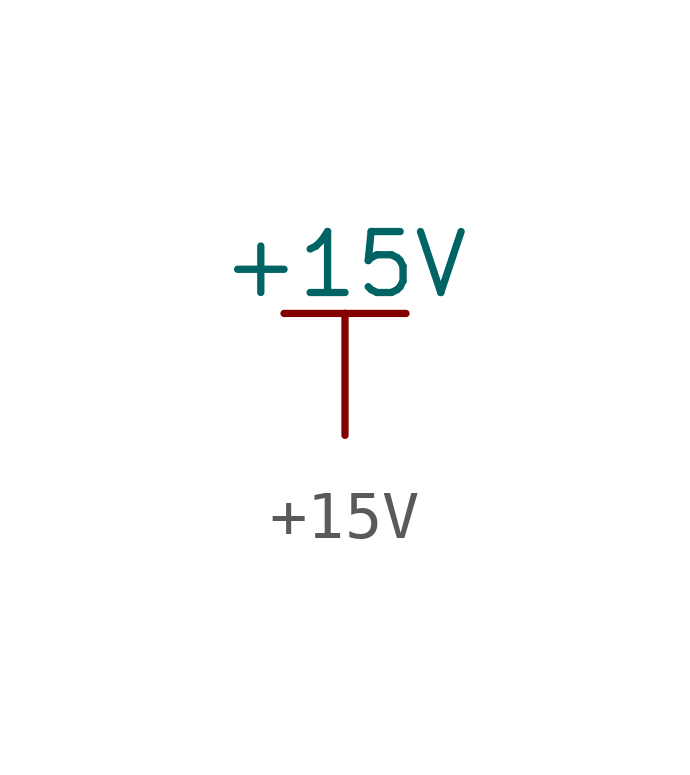
<source format=kicad_sym>
(kicad_symbol_lib
  (version 20211014)
  (generator kicad_symbol_editor)
  (symbol "+15V"
    (power)
    (pin_names
      (offset 0))
    (property "Reference" "#PWR"
      (at 0 -3.81 0)
      (effects (font (size 1.27 1.27)) hide))
    (property "Value" "+15V"
      (at 0 3.556 0)
      (effects (font (size 1.27 1.27))))
    (property "Footprint" ""
      (at 0 0 0)
      (effects (font (size 1.27 1.27))))
    (property "Datasheet" ""
      (at 0 0 0)
      (effects (font (size 1.27 1.27))))
    (symbol "+15V_0_1"
      (polyline (pts (xy -1.27 2.54) (xy 0 2.54)) (stroke (width 0) (type default) (color 0 0 0 0)) (fill (type none)))
      (polyline (pts (xy 0 0) (xy 0 2.54)) (stroke (width 0) (type default) (color 0 0 0 0)) (fill (type none)))
      (polyline (pts (xy 0 2.54) (xy 1.27 2.54)) (stroke (width 0) (type default) (color 0 0 0 0)) (fill (type none))))
    (symbol "+15V_1_1"
      (pin power_in line (at 0 0 90) (length 0) hide (name "+15V" (effects (font (size 1.27 1.27)))) (number "1" (effects (font (size 1.27 1.27))))))))
</source>
